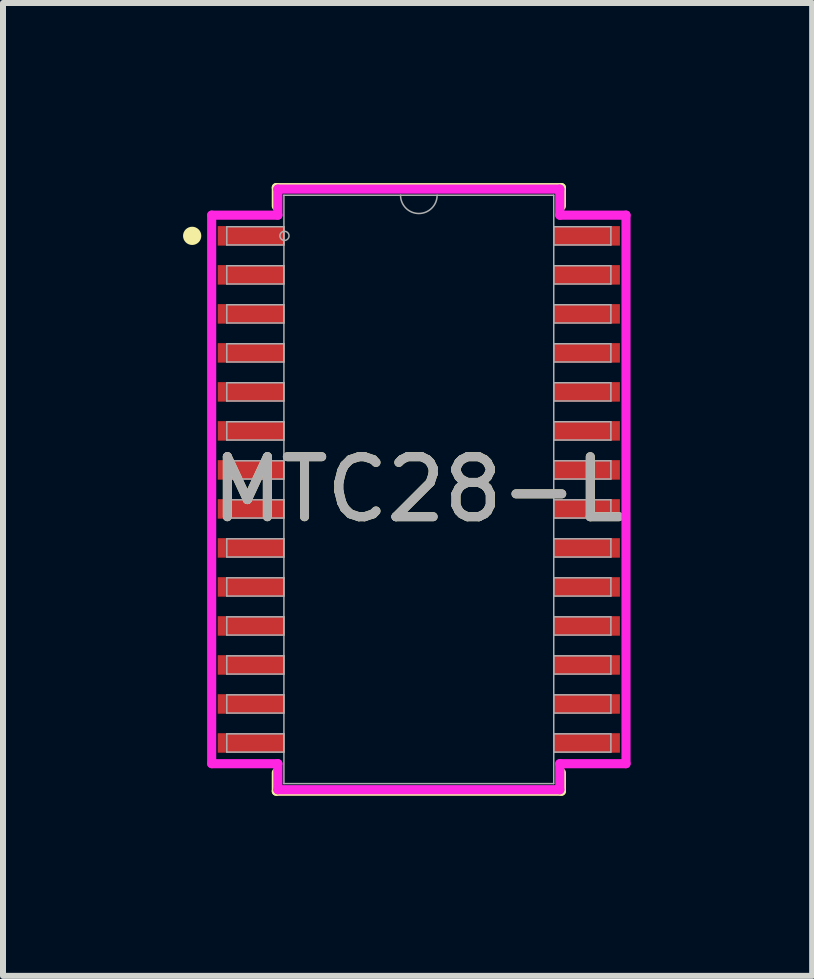
<source format=kicad_pcb>
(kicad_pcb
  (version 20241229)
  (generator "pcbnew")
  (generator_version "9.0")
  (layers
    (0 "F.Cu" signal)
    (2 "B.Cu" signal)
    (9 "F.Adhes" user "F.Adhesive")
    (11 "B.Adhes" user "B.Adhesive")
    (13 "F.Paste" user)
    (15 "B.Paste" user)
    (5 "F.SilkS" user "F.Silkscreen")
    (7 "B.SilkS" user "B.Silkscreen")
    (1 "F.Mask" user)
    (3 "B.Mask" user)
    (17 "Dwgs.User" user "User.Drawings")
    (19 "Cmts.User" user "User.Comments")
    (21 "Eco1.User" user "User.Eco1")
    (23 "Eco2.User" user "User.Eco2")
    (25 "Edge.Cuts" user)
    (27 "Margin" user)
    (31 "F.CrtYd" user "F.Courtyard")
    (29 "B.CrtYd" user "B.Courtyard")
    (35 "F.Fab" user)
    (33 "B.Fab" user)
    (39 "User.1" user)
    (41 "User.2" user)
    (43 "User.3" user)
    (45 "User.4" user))
  (footprint "MTC28-L"
    (layer "F.Cu")
    (at 3.929 5.105)
    (property "Reference" "MTC28-L" (at 0 0 0) (unlocked yes) (layer "F.SilkS") (effects (font (size 1 1) (thickness 0.15))))
    (attr smd)
    (fp_line (start -2.375 -5.029) (end -2.375 -4.72) (stroke (width 0.152) (type solid)) (layer "F.SilkS"))
    (fp_line (start -2.375 4.72) (end -2.375 5.029) (stroke (width 0.152) (type solid)) (layer "F.SilkS"))
    (fp_line (start -2.375 5.029) (end 2.375 5.029) (stroke (width 0.152) (type solid)) (layer "F.SilkS"))
    (fp_line (start 2.375 -5.029) (end -2.375 -5.029) (stroke (width 0.152) (type solid)) (layer "F.SilkS"))
    (fp_line (start 2.375 -4.72) (end 2.375 -5.029) (stroke (width 0.152) (type solid)) (layer "F.SilkS"))
    (fp_line (start 2.375 5.029) (end 2.375 4.72) (stroke (width 0.152) (type solid)) (layer "F.SilkS"))
    (fp_circle (center -3.777 -4.225) (end -3.701 -4.225) (stroke (width 0.152) (type solid)) (fill no) (layer "F.SilkS"))
    (fp_line (start -3.452 -4.57) (end -2.349 -4.57) (stroke (width 0.152) (type solid)) (layer "F.CrtYd"))
    (fp_line (start -3.452 4.57) (end -3.452 -4.57) (stroke (width 0.152) (type solid)) (layer "F.CrtYd"))
    (fp_line (start -3.452 4.57) (end -2.349 4.57) (stroke (width 0.152) (type solid)) (layer "F.CrtYd"))
    (fp_line (start -2.349 -5.004) (end 2.349 -5.004) (stroke (width 0.152) (type solid)) (layer "F.CrtYd"))
    (fp_line (start -2.349 -4.57) (end -2.349 -5.004) (stroke (width 0.152) (type solid)) (layer "F.CrtYd"))
    (fp_line (start -2.349 5.004) (end -2.349 4.57) (stroke (width 0.152) (type solid)) (layer "F.CrtYd"))
    (fp_line (start 2.349 -5.004) (end 2.349 -4.57) (stroke (width 0.152) (type solid)) (layer "F.CrtYd"))
    (fp_line (start 2.349 4.57) (end 2.349 5.004) (stroke (width 0.152) (type solid)) (layer "F.CrtYd"))
    (fp_line (start 2.349 5.004) (end -2.349 5.004) (stroke (width 0.152) (type solid)) (layer "F.CrtYd"))
    (fp_line (start 3.452 -4.57) (end 2.349 -4.57) (stroke (width 0.152) (type solid)) (layer "F.CrtYd"))
    (fp_line (start 3.452 -4.57) (end 3.452 4.57) (stroke (width 0.152) (type solid)) (layer "F.CrtYd"))
    (fp_line (start 3.452 4.57) (end 2.349 4.57) (stroke (width 0.152) (type solid)) (layer "F.CrtYd"))
    (fp_line (start -3.2 -4.377) (end -3.2 -4.073) (stroke (width 0.025) (type solid)) (layer "F.Fab"))
    (fp_line (start -3.2 -4.073) (end -2.248 -4.073) (stroke (width 0.025) (type solid)) (layer "F.Fab"))
    (fp_line (start -3.2 -3.727) (end -3.2 -3.423) (stroke (width 0.025) (type solid)) (layer "F.Fab"))
    (fp_line (start -3.2 -3.423) (end -2.248 -3.423) (stroke (width 0.025) (type solid)) (layer "F.Fab"))
    (fp_line (start -3.2 -3.077) (end -3.2 -2.773) (stroke (width 0.025) (type solid)) (layer "F.Fab"))
    (fp_line (start -3.2 -2.773) (end -2.248 -2.773) (stroke (width 0.025) (type solid)) (layer "F.Fab"))
    (fp_line (start -3.2 -2.427) (end -3.2 -2.123) (stroke (width 0.025) (type solid)) (layer "F.Fab"))
    (fp_line (start -3.2 -2.123) (end -2.248 -2.123) (stroke (width 0.025) (type solid)) (layer "F.Fab"))
    (fp_line (start -3.2 -1.777) (end -3.2 -1.473) (stroke (width 0.025) (type solid)) (layer "F.Fab"))
    (fp_line (start -3.2 -1.473) (end -2.248 -1.473) (stroke (width 0.025) (type solid)) (layer "F.Fab"))
    (fp_line (start -3.2 -1.127) (end -3.2 -0.823) (stroke (width 0.025) (type solid)) (layer "F.Fab"))
    (fp_line (start -3.2 -0.823) (end -2.248 -0.823) (stroke (width 0.025) (type solid)) (layer "F.Fab"))
    (fp_line (start -3.2 -0.477) (end -3.2 -0.173) (stroke (width 0.025) (type solid)) (layer "F.Fab"))
    (fp_line (start -3.2 -0.173) (end -2.248 -0.173) (stroke (width 0.025) (type solid)) (layer "F.Fab"))
    (fp_line (start -3.2 0.173) (end -3.2 0.477) (stroke (width 0.025) (type solid)) (layer "F.Fab"))
    (fp_line (start -3.2 0.477) (end -2.248 0.477) (stroke (width 0.025) (type solid)) (layer "F.Fab"))
    (fp_line (start -3.2 0.823) (end -3.2 1.127) (stroke (width 0.025) (type solid)) (layer "F.Fab"))
    (fp_line (start -3.2 1.127) (end -2.248 1.127) (stroke (width 0.025) (type solid)) (layer "F.Fab"))
    (fp_line (start -3.2 1.473) (end -3.2 1.777) (stroke (width 0.025) (type solid)) (layer "F.Fab"))
    (fp_line (start -3.2 1.777) (end -2.248 1.777) (stroke (width 0.025) (type solid)) (layer "F.Fab"))
    (fp_line (start -3.2 2.123) (end -3.2 2.427) (stroke (width 0.025) (type solid)) (layer "F.Fab"))
    (fp_line (start -3.2 2.427) (end -2.248 2.427) (stroke (width 0.025) (type solid)) (layer "F.Fab"))
    (fp_line (start -3.2 2.773) (end -3.2 3.077) (stroke (width 0.025) (type solid)) (layer "F.Fab"))
    (fp_line (start -3.2 3.077) (end -2.248 3.077) (stroke (width 0.025) (type solid)) (layer "F.Fab"))
    (fp_line (start -3.2 3.423) (end -3.2 3.727) (stroke (width 0.025) (type solid)) (layer "F.Fab"))
    (fp_line (start -3.2 3.727) (end -2.248 3.727) (stroke (width 0.025) (type solid)) (layer "F.Fab"))
    (fp_line (start -3.2 4.073) (end -3.2 4.377) (stroke (width 0.025) (type solid)) (layer "F.Fab"))
    (fp_line (start -3.2 4.377) (end -2.248 4.377) (stroke (width 0.025) (type solid)) (layer "F.Fab"))
    (fp_line (start -2.248 -4.902) (end -2.248 4.902) (stroke (width 0.025) (type solid)) (layer "F.Fab"))
    (fp_line (start -2.248 -4.377) (end -3.2 -4.377) (stroke (width 0.025) (type solid)) (layer "F.Fab"))
    (fp_line (start -2.248 -4.073) (end -2.248 -4.377) (stroke (width 0.025) (type solid)) (layer "F.Fab"))
    (fp_line (start -2.248 -3.727) (end -3.2 -3.727) (stroke (width 0.025) (type solid)) (layer "F.Fab"))
    (fp_line (start -2.248 -3.423) (end -2.248 -3.727) (stroke (width 0.025) (type solid)) (layer "F.Fab"))
    (fp_line (start -2.248 -3.077) (end -3.2 -3.077) (stroke (width 0.025) (type solid)) (layer "F.Fab"))
    (fp_line (start -2.248 -2.773) (end -2.248 -3.077) (stroke (width 0.025) (type solid)) (layer "F.Fab"))
    (fp_line (start -2.248 -2.427) (end -3.2 -2.427) (stroke (width 0.025) (type solid)) (layer "F.Fab"))
    (fp_line (start -2.248 -2.123) (end -2.248 -2.427) (stroke (width 0.025) (type solid)) (layer "F.Fab"))
    (fp_line (start -2.248 -1.777) (end -3.2 -1.777) (stroke (width 0.025) (type solid)) (layer "F.Fab"))
    (fp_line (start -2.248 -1.473) (end -2.248 -1.777) (stroke (width 0.025) (type solid)) (layer "F.Fab"))
    (fp_line (start -2.248 -1.127) (end -3.2 -1.127) (stroke (width 0.025) (type solid)) (layer "F.Fab"))
    (fp_line (start -2.248 -0.823) (end -2.248 -1.127) (stroke (width 0.025) (type solid)) (layer "F.Fab"))
    (fp_line (start -2.248 -0.477) (end -3.2 -0.477) (stroke (width 0.025) (type solid)) (layer "F.Fab"))
    (fp_line (start -2.248 -0.173) (end -2.248 -0.477) (stroke (width 0.025) (type solid)) (layer "F.Fab"))
    (fp_line (start -2.248 0.173) (end -3.2 0.173) (stroke (width 0.025) (type solid)) (layer "F.Fab"))
    (fp_line (start -2.248 0.477) (end -2.248 0.173) (stroke (width 0.025) (type solid)) (layer "F.Fab"))
    (fp_line (start -2.248 0.823) (end -3.2 0.823) (stroke (width 0.025) (type solid)) (layer "F.Fab"))
    (fp_line (start -2.248 1.127) (end -2.248 0.823) (stroke (width 0.025) (type solid)) (layer "F.Fab"))
    (fp_line (start -2.248 1.473) (end -3.2 1.473) (stroke (width 0.025) (type solid)) (layer "F.Fab"))
    (fp_line (start -2.248 1.777) (end -2.248 1.473) (stroke (width 0.025) (type solid)) (layer "F.Fab"))
    (fp_line (start -2.248 2.123) (end -3.2 2.123) (stroke (width 0.025) (type solid)) (layer "F.Fab"))
    (fp_line (start -2.248 2.427) (end -2.248 2.123) (stroke (width 0.025) (type solid)) (layer "F.Fab"))
    (fp_line (start -2.248 2.773) (end -3.2 2.773) (stroke (width 0.025) (type solid)) (layer "F.Fab"))
    (fp_line (start -2.248 3.077) (end -2.248 2.773) (stroke (width 0.025) (type solid)) (layer "F.Fab"))
    (fp_line (start -2.248 3.423) (end -3.2 3.423) (stroke (width 0.025) (type solid)) (layer "F.Fab"))
    (fp_line (start -2.248 3.727) (end -2.248 3.423) (stroke (width 0.025) (type solid)) (layer "F.Fab"))
    (fp_line (start -2.248 4.073) (end -3.2 4.073) (stroke (width 0.025) (type solid)) (layer "F.Fab"))
    (fp_line (start -2.248 4.377) (end -2.248 4.073) (stroke (width 0.025) (type solid)) (layer "F.Fab"))
    (fp_line (start -2.248 4.902) (end 2.248 4.902) (stroke (width 0.025) (type solid)) (layer "F.Fab"))
    (fp_line (start 2.248 -4.902) (end -2.248 -4.902) (stroke (width 0.025) (type solid)) (layer "F.Fab"))
    (fp_line (start 2.248 -4.377) (end 2.248 -4.073) (stroke (width 0.025) (type solid)) (layer "F.Fab"))
    (fp_line (start 2.248 -4.073) (end 3.2 -4.073) (stroke (width 0.025) (type solid)) (layer "F.Fab"))
    (fp_line (start 2.248 -3.727) (end 2.248 -3.423) (stroke (width 0.025) (type solid)) (layer "F.Fab"))
    (fp_line (start 2.248 -3.423) (end 3.2 -3.423) (stroke (width 0.025) (type solid)) (layer "F.Fab"))
    (fp_line (start 2.248 -3.077) (end 2.248 -2.773) (stroke (width 0.025) (type solid)) (layer "F.Fab"))
    (fp_line (start 2.248 -2.773) (end 3.2 -2.773) (stroke (width 0.025) (type solid)) (layer "F.Fab"))
    (fp_line (start 2.248 -2.427) (end 2.248 -2.123) (stroke (width 0.025) (type solid)) (layer "F.Fab"))
    (fp_line (start 2.248 -2.123) (end 3.2 -2.123) (stroke (width 0.025) (type solid)) (layer "F.Fab"))
    (fp_line (start 2.248 -1.777) (end 2.248 -1.473) (stroke (width 0.025) (type solid)) (layer "F.Fab"))
    (fp_line (start 2.248 -1.473) (end 3.2 -1.473) (stroke (width 0.025) (type solid)) (layer "F.Fab"))
    (fp_line (start 2.248 -1.127) (end 2.248 -0.823) (stroke (width 0.025) (type solid)) (layer "F.Fab"))
    (fp_line (start 2.248 -0.823) (end 3.2 -0.823) (stroke (width 0.025) (type solid)) (layer "F.Fab"))
    (fp_line (start 2.248 -0.477) (end 2.248 -0.173) (stroke (width 0.025) (type solid)) (layer "F.Fab"))
    (fp_line (start 2.248 -0.173) (end 3.2 -0.173) (stroke (width 0.025) (type solid)) (layer "F.Fab"))
    (fp_line (start 2.248 0.173) (end 2.248 0.477) (stroke (width 0.025) (type solid)) (layer "F.Fab"))
    (fp_line (start 2.248 0.477) (end 3.2 0.477) (stroke (width 0.025) (type solid)) (layer "F.Fab"))
    (fp_line (start 2.248 0.823) (end 2.248 1.127) (stroke (width 0.025) (type solid)) (layer "F.Fab"))
    (fp_line (start 2.248 1.127) (end 3.2 1.127) (stroke (width 0.025) (type solid)) (layer "F.Fab"))
    (fp_line (start 2.248 1.473) (end 2.248 1.777) (stroke (width 0.025) (type solid)) (layer "F.Fab"))
    (fp_line (start 2.248 1.777) (end 3.2 1.777) (stroke (width 0.025) (type solid)) (layer "F.Fab"))
    (fp_line (start 2.248 2.123) (end 2.248 2.427) (stroke (width 0.025) (type solid)) (layer "F.Fab"))
    (fp_line (start 2.248 2.427) (end 3.2 2.427) (stroke (width 0.025) (type solid)) (layer "F.Fab"))
    (fp_line (start 2.248 2.773) (end 2.248 3.077) (stroke (width 0.025) (type solid)) (layer "F.Fab"))
    (fp_line (start 2.248 3.077) (end 3.2 3.077) (stroke (width 0.025) (type solid)) (layer "F.Fab"))
    (fp_line (start 2.248 3.423) (end 2.248 3.727) (stroke (width 0.025) (type solid)) (layer "F.Fab"))
    (fp_line (start 2.248 3.727) (end 3.2 3.727) (stroke (width 0.025) (type solid)) (layer "F.Fab"))
    (fp_line (start 2.248 4.073) (end 2.248 4.377) (stroke (width 0.025) (type solid)) (layer "F.Fab"))
    (fp_line (start 2.248 4.377) (end 3.2 4.377) (stroke (width 0.025) (type solid)) (layer "F.Fab"))
    (fp_line (start 2.248 4.902) (end 2.248 -4.902) (stroke (width 0.025) (type solid)) (layer "F.Fab"))
    (fp_line (start 3.2 -4.377) (end 2.248 -4.377) (stroke (width 0.025) (type solid)) (layer "F.Fab"))
    (fp_line (start 3.2 -4.073) (end 3.2 -4.377) (stroke (width 0.025) (type solid)) (layer "F.Fab"))
    (fp_line (start 3.2 -3.727) (end 2.248 -3.727) (stroke (width 0.025) (type solid)) (layer "F.Fab"))
    (fp_line (start 3.2 -3.423) (end 3.2 -3.727) (stroke (width 0.025) (type solid)) (layer "F.Fab"))
    (fp_line (start 3.2 -3.077) (end 2.248 -3.077) (stroke (width 0.025) (type solid)) (layer "F.Fab"))
    (fp_line (start 3.2 -2.773) (end 3.2 -3.077) (stroke (width 0.025) (type solid)) (layer "F.Fab"))
    (fp_line (start 3.2 -2.427) (end 2.248 -2.427) (stroke (width 0.025) (type solid)) (layer "F.Fab"))
    (fp_line (start 3.2 -2.123) (end 3.2 -2.427) (stroke (width 0.025) (type solid)) (layer "F.Fab"))
    (fp_line (start 3.2 -1.777) (end 2.248 -1.777) (stroke (width 0.025) (type solid)) (layer "F.Fab"))
    (fp_line (start 3.2 -1.473) (end 3.2 -1.777) (stroke (width 0.025) (type solid)) (layer "F.Fab"))
    (fp_line (start 3.2 -1.127) (end 2.248 -1.127) (stroke (width 0.025) (type solid)) (layer "F.Fab"))
    (fp_line (start 3.2 -0.823) (end 3.2 -1.127) (stroke (width 0.025) (type solid)) (layer "F.Fab"))
    (fp_line (start 3.2 -0.477) (end 2.248 -0.477) (stroke (width 0.025) (type solid)) (layer "F.Fab"))
    (fp_line (start 3.2 -0.173) (end 3.2 -0.477) (stroke (width 0.025) (type solid)) (layer "F.Fab"))
    (fp_line (start 3.2 0.173) (end 2.248 0.173) (stroke (width 0.025) (type solid)) (layer "F.Fab"))
    (fp_line (start 3.2 0.477) (end 3.2 0.173) (stroke (width 0.025) (type solid)) (layer "F.Fab"))
    (fp_line (start 3.2 0.823) (end 2.248 0.823) (stroke (width 0.025) (type solid)) (layer "F.Fab"))
    (fp_line (start 3.2 1.127) (end 3.2 0.823) (stroke (width 0.025) (type solid)) (layer "F.Fab"))
    (fp_line (start 3.2 1.473) (end 2.248 1.473) (stroke (width 0.025) (type solid)) (layer "F.Fab"))
    (fp_line (start 3.2 1.777) (end 3.2 1.473) (stroke (width 0.025) (type solid)) (layer "F.Fab"))
    (fp_line (start 3.2 2.123) (end 2.248 2.123) (stroke (width 0.025) (type solid)) (layer "F.Fab"))
    (fp_line (start 3.2 2.427) (end 3.2 2.123) (stroke (width 0.025) (type solid)) (layer "F.Fab"))
    (fp_line (start 3.2 2.773) (end 2.248 2.773) (stroke (width 0.025) (type solid)) (layer "F.Fab"))
    (fp_line (start 3.2 3.077) (end 3.2 2.773) (stroke (width 0.025) (type solid)) (layer "F.Fab"))
    (fp_line (start 3.2 3.423) (end 2.248 3.423) (stroke (width 0.025) (type solid)) (layer "F.Fab"))
    (fp_line (start 3.2 3.727) (end 3.2 3.423) (stroke (width 0.025) (type solid)) (layer "F.Fab"))
    (fp_line (start 3.2 4.073) (end 2.248 4.073) (stroke (width 0.025) (type solid)) (layer "F.Fab"))
    (fp_line (start 3.2 4.377) (end 3.2 4.073) (stroke (width 0.025) (type solid)) (layer "F.Fab"))
    (fp_arc (start 0.3048 -4.9022) (mid 0 -4.5974) (end -0.3048 -4.9022) (stroke (width 0.0254) (type solid)) (layer "F.Fab"))
    (fp_circle (center -2.239 -4.225) (end -2.163 -4.225) (stroke (width 0.025) (type solid)) (fill no) (layer "F.Fab"))
    (fp_text user "${REFERENCE}" (at 0 0 0) (unlocked yes) (layer "F.Fab") (effects (font (size 1 1) (thickness 0.15))))
    (pad "1" smd rect (at -2.795 -4.225) (size 1.111 0.325) (layers "F.Cu" "F.Mask" "F.Paste"))
    (pad "2" smd rect (at -2.795 -3.575) (size 1.111 0.325) (layers "F.Cu" "F.Mask" "F.Paste"))
    (pad "3" smd rect (at -2.795 -2.925) (size 1.111 0.325) (layers "F.Cu" "F.Mask" "F.Paste"))
    (pad "4" smd rect (at -2.795 -2.275) (size 1.111 0.325) (layers "F.Cu" "F.Mask" "F.Paste"))
    (pad "5" smd rect (at -2.795 -1.625) (size 1.111 0.325) (layers "F.Cu" "F.Mask" "F.Paste"))
    (pad "6" smd rect (at -2.795 -0.975) (size 1.111 0.325) (layers "F.Cu" "F.Mask" "F.Paste"))
    (pad "7" smd rect (at -2.795 -0.325) (size 1.111 0.325) (layers "F.Cu" "F.Mask" "F.Paste"))
    (pad "8" smd rect (at -2.795 0.325) (size 1.111 0.325) (layers "F.Cu" "F.Mask" "F.Paste"))
    (pad "9" smd rect (at -2.795 0.975) (size 1.111 0.325) (layers "F.Cu" "F.Mask" "F.Paste"))
    (pad "10" smd rect (at -2.795 1.625) (size 1.111 0.325) (layers "F.Cu" "F.Mask" "F.Paste"))
    (pad "11" smd rect (at -2.795 2.275) (size 1.111 0.325) (layers "F.Cu" "F.Mask" "F.Paste"))
    (pad "12" smd rect (at -2.795 2.925) (size 1.111 0.325) (layers "F.Cu" "F.Mask" "F.Paste"))
    (pad "13" smd rect (at -2.795 3.575) (size 1.111 0.325) (layers "F.Cu" "F.Mask" "F.Paste"))
    (pad "14" smd rect (at -2.795 4.225) (size 1.111 0.325) (layers "F.Cu" "F.Mask" "F.Paste"))
    (pad "15" smd rect (at 2.795 4.225) (size 1.111 0.325) (layers "F.Cu" "F.Mask" "F.Paste"))
    (pad "16" smd rect (at 2.795 3.575) (size 1.111 0.325) (layers "F.Cu" "F.Mask" "F.Paste"))
    (pad "17" smd rect (at 2.795 2.925) (size 1.111 0.325) (layers "F.Cu" "F.Mask" "F.Paste"))
    (pad "18" smd rect (at 2.795 2.275) (size 1.111 0.325) (layers "F.Cu" "F.Mask" "F.Paste"))
    (pad "19" smd rect (at 2.795 1.625) (size 1.111 0.325) (layers "F.Cu" "F.Mask" "F.Paste"))
    (pad "20" smd rect (at 2.795 0.975) (size 1.111 0.325) (layers "F.Cu" "F.Mask" "F.Paste"))
    (pad "21" smd rect (at 2.795 0.325) (size 1.111 0.325) (layers "F.Cu" "F.Mask" "F.Paste"))
    (pad "22" smd rect (at 2.795 -0.325) (size 1.111 0.325) (layers "F.Cu" "F.Mask" "F.Paste"))
    (pad "23" smd rect (at 2.795 -0.975) (size 1.111 0.325) (layers "F.Cu" "F.Mask" "F.Paste"))
    (pad "24" smd rect (at 2.795 -1.625) (size 1.111 0.325) (layers "F.Cu" "F.Mask" "F.Paste"))
    (pad "25" smd rect (at 2.795 -2.275) (size 1.111 0.325) (layers "F.Cu" "F.Mask" "F.Paste"))
    (pad "26" smd rect (at 2.795 -2.925) (size 1.111 0.325) (layers "F.Cu" "F.Mask" "F.Paste"))
    (pad "27" smd rect (at 2.795 -3.575) (size 1.111 0.325) (layers "F.Cu" "F.Mask" "F.Paste"))
    (pad "28" smd rect (at 2.795 -4.225) (size 1.111 0.325) (layers "F.Cu" "F.Mask" "F.Paste")))
  (gr_rect
    (start -3 -3)
    (end 10.483 13.211)
    (stroke (width 0.1) (type default))
    (fill no)
    (layer "Edge.Cuts")))
</source>
